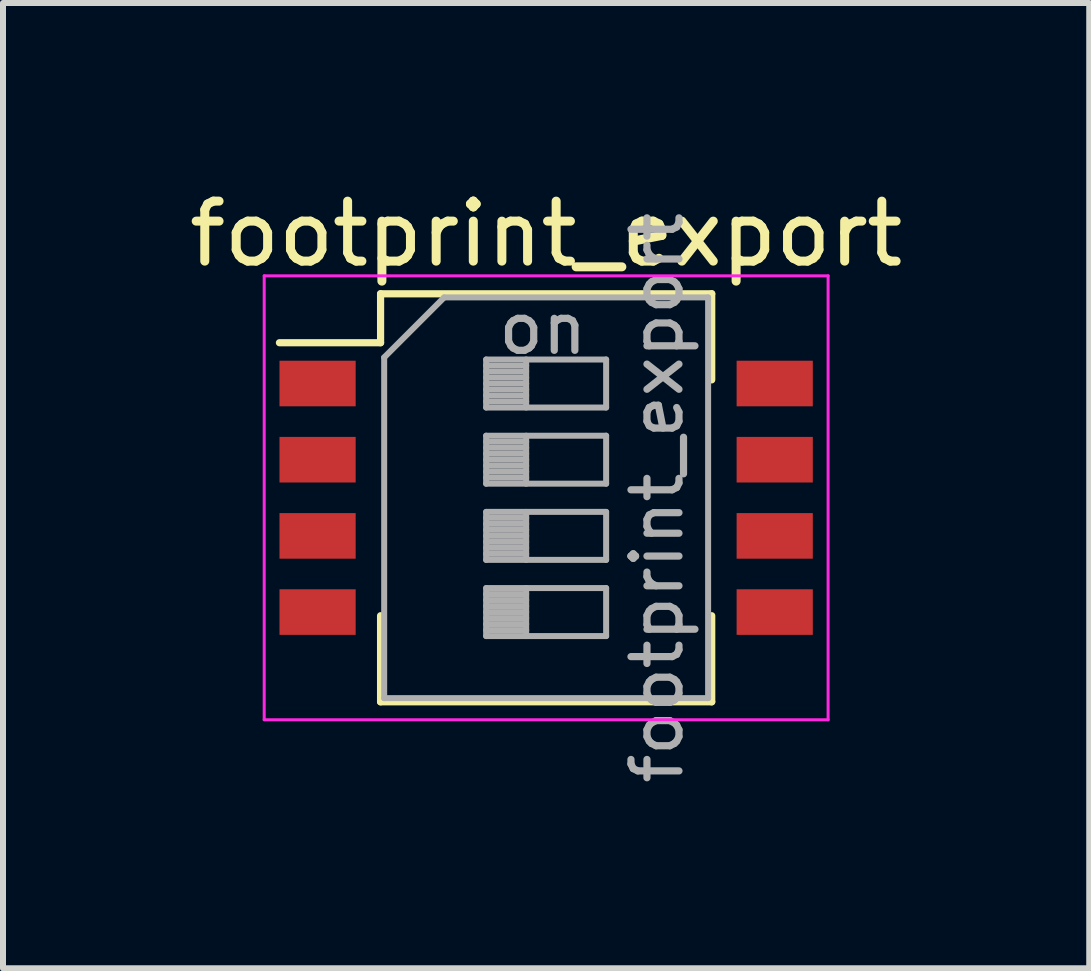
<source format=kicad_pcb>
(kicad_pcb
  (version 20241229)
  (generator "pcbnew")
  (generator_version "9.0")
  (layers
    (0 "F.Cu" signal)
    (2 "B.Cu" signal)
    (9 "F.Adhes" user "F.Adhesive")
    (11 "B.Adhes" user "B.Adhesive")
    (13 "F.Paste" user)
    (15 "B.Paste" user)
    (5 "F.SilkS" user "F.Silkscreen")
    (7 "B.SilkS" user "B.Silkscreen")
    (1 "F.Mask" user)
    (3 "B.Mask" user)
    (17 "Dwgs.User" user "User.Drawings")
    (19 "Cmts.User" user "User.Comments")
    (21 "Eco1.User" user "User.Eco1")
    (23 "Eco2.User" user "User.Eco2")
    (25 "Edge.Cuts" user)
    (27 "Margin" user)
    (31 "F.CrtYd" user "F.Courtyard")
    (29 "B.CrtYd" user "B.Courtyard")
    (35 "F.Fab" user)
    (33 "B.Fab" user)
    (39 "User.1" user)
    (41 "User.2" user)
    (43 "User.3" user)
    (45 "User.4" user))
  (footprint "footprint_export"
    (layer "F.Cu")
    (at 6.054 5.248)
    (property "Reference" "footprint_export" (at 0 -4.4 0) (layer "F.SilkS") (effects (font (size 1 1) (thickness 0.15))))
    (attr smd)
    (fp_line (start -4.446 -2.585) (end -2.76 -2.585) (stroke (width 0.12) (type solid)) (layer "F.SilkS"))
    (fp_line (start -2.76 -3.401) (end -2.76 -2.585) (stroke (width 0.12) (type solid)) (layer "F.SilkS"))
    (fp_line (start -2.76 -3.401) (end 2.76 -3.401) (stroke (width 0.12) (type solid)) (layer "F.SilkS"))
    (fp_line (start -2.76 1.966) (end -2.76 3.401) (stroke (width 0.12) (type solid)) (layer "F.SilkS"))
    (fp_line (start -2.76 3.401) (end 2.76 3.401) (stroke (width 0.12) (type solid)) (layer "F.SilkS"))
    (fp_line (start 2.76 -3.401) (end 2.76 -1.966) (stroke (width 0.12) (type solid)) (layer "F.SilkS"))
    (fp_line (start 2.76 1.966) (end 2.76 3.401) (stroke (width 0.12) (type solid)) (layer "F.SilkS"))
    (fp_line (start -4.7 -3.7) (end -4.7 3.7) (stroke (width 0.05) (type solid)) (layer "F.CrtYd"))
    (fp_line (start -4.7 3.7) (end 4.7 3.7) (stroke (width 0.05) (type solid)) (layer "F.CrtYd"))
    (fp_line (start 4.7 -3.7) (end -4.7 -3.7) (stroke (width 0.05) (type solid)) (layer "F.CrtYd"))
    (fp_line (start 4.7 3.7) (end 4.7 -3.7) (stroke (width 0.05) (type solid)) (layer "F.CrtYd"))
    (fp_line (start -2.7 -2.34) (end -1.7 -3.34) (stroke (width 0.1) (type solid)) (layer "F.Fab"))
    (fp_line (start -2.7 3.34) (end -2.7 -2.34) (stroke (width 0.1) (type solid)) (layer "F.Fab"))
    (fp_line (start -1.7 -3.34) (end 2.7 -3.34) (stroke (width 0.1) (type solid)) (layer "F.Fab"))
    (fp_line (start -1 -2.305) (end -1 -1.505) (stroke (width 0.1) (type solid)) (layer "F.Fab"))
    (fp_line (start -1 -2.205) (end -0.333 -2.205) (stroke (width 0.1) (type solid)) (layer "F.Fab"))
    (fp_line (start -1 -2.105) (end -0.333 -2.105) (stroke (width 0.1) (type solid)) (layer "F.Fab"))
    (fp_line (start -1 -2.005) (end -0.333 -2.005) (stroke (width 0.1) (type solid)) (layer "F.Fab"))
    (fp_line (start -1 -1.905) (end -0.333 -1.905) (stroke (width 0.1) (type solid)) (layer "F.Fab"))
    (fp_line (start -1 -1.805) (end -0.333 -1.805) (stroke (width 0.1) (type solid)) (layer "F.Fab"))
    (fp_line (start -1 -1.705) (end -0.333 -1.705) (stroke (width 0.1) (type solid)) (layer "F.Fab"))
    (fp_line (start -1 -1.605) (end -0.333 -1.605) (stroke (width 0.1) (type solid)) (layer "F.Fab"))
    (fp_line (start -1 -1.505) (end 1 -1.505) (stroke (width 0.1) (type solid)) (layer "F.Fab"))
    (fp_line (start -1 -1.035) (end -1 -0.235) (stroke (width 0.1) (type solid)) (layer "F.Fab"))
    (fp_line (start -1 -0.935) (end -0.333 -0.935) (stroke (width 0.1) (type solid)) (layer "F.Fab"))
    (fp_line (start -1 -0.835) (end -0.333 -0.835) (stroke (width 0.1) (type solid)) (layer "F.Fab"))
    (fp_line (start -1 -0.735) (end -0.333 -0.735) (stroke (width 0.1) (type solid)) (layer "F.Fab"))
    (fp_line (start -1 -0.635) (end -0.333 -0.635) (stroke (width 0.1) (type solid)) (layer "F.Fab"))
    (fp_line (start -1 -0.535) (end -0.333 -0.535) (stroke (width 0.1) (type solid)) (layer "F.Fab"))
    (fp_line (start -1 -0.435) (end -0.333 -0.435) (stroke (width 0.1) (type solid)) (layer "F.Fab"))
    (fp_line (start -1 -0.335) (end -0.333 -0.335) (stroke (width 0.1) (type solid)) (layer "F.Fab"))
    (fp_line (start -1 -0.235) (end 1 -0.235) (stroke (width 0.1) (type solid)) (layer "F.Fab"))
    (fp_line (start -1 0.235) (end -1 1.035) (stroke (width 0.1) (type solid)) (layer "F.Fab"))
    (fp_line (start -1 0.335) (end -0.333 0.335) (stroke (width 0.1) (type solid)) (layer "F.Fab"))
    (fp_line (start -1 0.435) (end -0.333 0.435) (stroke (width 0.1) (type solid)) (layer "F.Fab"))
    (fp_line (start -1 0.535) (end -0.333 0.535) (stroke (width 0.1) (type solid)) (layer "F.Fab"))
    (fp_line (start -1 0.635) (end -0.333 0.635) (stroke (width 0.1) (type solid)) (layer "F.Fab"))
    (fp_line (start -1 0.735) (end -0.333 0.735) (stroke (width 0.1) (type solid)) (layer "F.Fab"))
    (fp_line (start -1 0.835) (end -0.333 0.835) (stroke (width 0.1) (type solid)) (layer "F.Fab"))
    (fp_line (start -1 0.935) (end -0.333 0.935) (stroke (width 0.1) (type solid)) (layer "F.Fab"))
    (fp_line (start -1 1.035) (end 1 1.035) (stroke (width 0.1) (type solid)) (layer "F.Fab"))
    (fp_line (start -1 1.505) (end -1 2.305) (stroke (width 0.1) (type solid)) (layer "F.Fab"))
    (fp_line (start -1 1.605) (end -0.333 1.605) (stroke (width 0.1) (type solid)) (layer "F.Fab"))
    (fp_line (start -1 1.705) (end -0.333 1.705) (stroke (width 0.1) (type solid)) (layer "F.Fab"))
    (fp_line (start -1 1.805) (end -0.333 1.805) (stroke (width 0.1) (type solid)) (layer "F.Fab"))
    (fp_line (start -1 1.905) (end -0.333 1.905) (stroke (width 0.1) (type solid)) (layer "F.Fab"))
    (fp_line (start -1 2.005) (end -0.333 2.005) (stroke (width 0.1) (type solid)) (layer "F.Fab"))
    (fp_line (start -1 2.105) (end -0.333 2.105) (stroke (width 0.1) (type solid)) (layer "F.Fab"))
    (fp_line (start -1 2.205) (end -0.333 2.205) (stroke (width 0.1) (type solid)) (layer "F.Fab"))
    (fp_line (start -1 2.305) (end 1 2.305) (stroke (width 0.1) (type solid)) (layer "F.Fab"))
    (fp_line (start -0.333 -2.305) (end -0.333 -1.505) (stroke (width 0.1) (type solid)) (layer "F.Fab"))
    (fp_line (start -0.333 -1.035) (end -0.333 -0.235) (stroke (width 0.1) (type solid)) (layer "F.Fab"))
    (fp_line (start -0.333 0.235) (end -0.333 1.035) (stroke (width 0.1) (type solid)) (layer "F.Fab"))
    (fp_line (start -0.333 1.505) (end -0.333 2.305) (stroke (width 0.1) (type solid)) (layer "F.Fab"))
    (fp_line (start 1 -2.305) (end -1 -2.305) (stroke (width 0.1) (type solid)) (layer "F.Fab"))
    (fp_line (start 1 -1.505) (end 1 -2.305) (stroke (width 0.1) (type solid)) (layer "F.Fab"))
    (fp_line (start 1 -1.035) (end -1 -1.035) (stroke (width 0.1) (type solid)) (layer "F.Fab"))
    (fp_line (start 1 -0.235) (end 1 -1.035) (stroke (width 0.1) (type solid)) (layer "F.Fab"))
    (fp_line (start 1 0.235) (end -1 0.235) (stroke (width 0.1) (type solid)) (layer "F.Fab"))
    (fp_line (start 1 1.035) (end 1 0.235) (stroke (width 0.1) (type solid)) (layer "F.Fab"))
    (fp_line (start 1 1.505) (end -1 1.505) (stroke (width 0.1) (type solid)) (layer "F.Fab"))
    (fp_line (start 1 2.305) (end 1 1.505) (stroke (width 0.1) (type solid)) (layer "F.Fab"))
    (fp_line (start 2.7 -3.34) (end 2.7 3.34) (stroke (width 0.1) (type solid)) (layer "F.Fab"))
    (fp_line (start 2.7 3.34) (end -2.7 3.34) (stroke (width 0.1) (type solid)) (layer "F.Fab"))
    (fp_text user "on" (at -0.055 -2.822 0) (layer "F.Fab") (effects (font (size 0.8 0.8) (thickness 0.12))))
    (fp_text user "${REFERENCE}" (at 1.85 0 90) (layer "F.Fab") (effects (font (size 0.8 0.8) (thickness 0.12))))
    (pad "1" smd rect (at -3.81 -1.905) (size 1.27 0.76) (layers "F.Cu" "F.Mask" "F.Paste"))
    (pad "2" smd rect (at -3.81 -0.635) (size 1.27 0.76) (layers "F.Cu" "F.Mask" "F.Paste"))
    (pad "3" smd rect (at -3.81 0.635) (size 1.27 0.76) (layers "F.Cu" "F.Mask" "F.Paste"))
    (pad "4" smd rect (at -3.81 1.905) (size 1.27 0.76) (layers "F.Cu" "F.Mask" "F.Paste"))
    (pad "5" smd rect (at 3.81 1.905) (size 1.27 0.76) (layers "F.Cu" "F.Mask" "F.Paste"))
    (pad "6" smd rect (at 3.81 0.635) (size 1.27 0.76) (layers "F.Cu" "F.Mask" "F.Paste"))
    (pad "7" smd rect (at 3.81 -0.635) (size 1.27 0.76) (layers "F.Cu" "F.Mask" "F.Paste"))
    (pad "8" smd rect (at 3.81 -1.905) (size 1.27 0.76) (layers "F.Cu" "F.Mask" "F.Paste")))
  (gr_rect
    (start -3 -3)
    (end 15.107 13.091)
    (stroke (width 0.1) (type default))
    (fill no)
    (layer "Edge.Cuts")))
</source>
